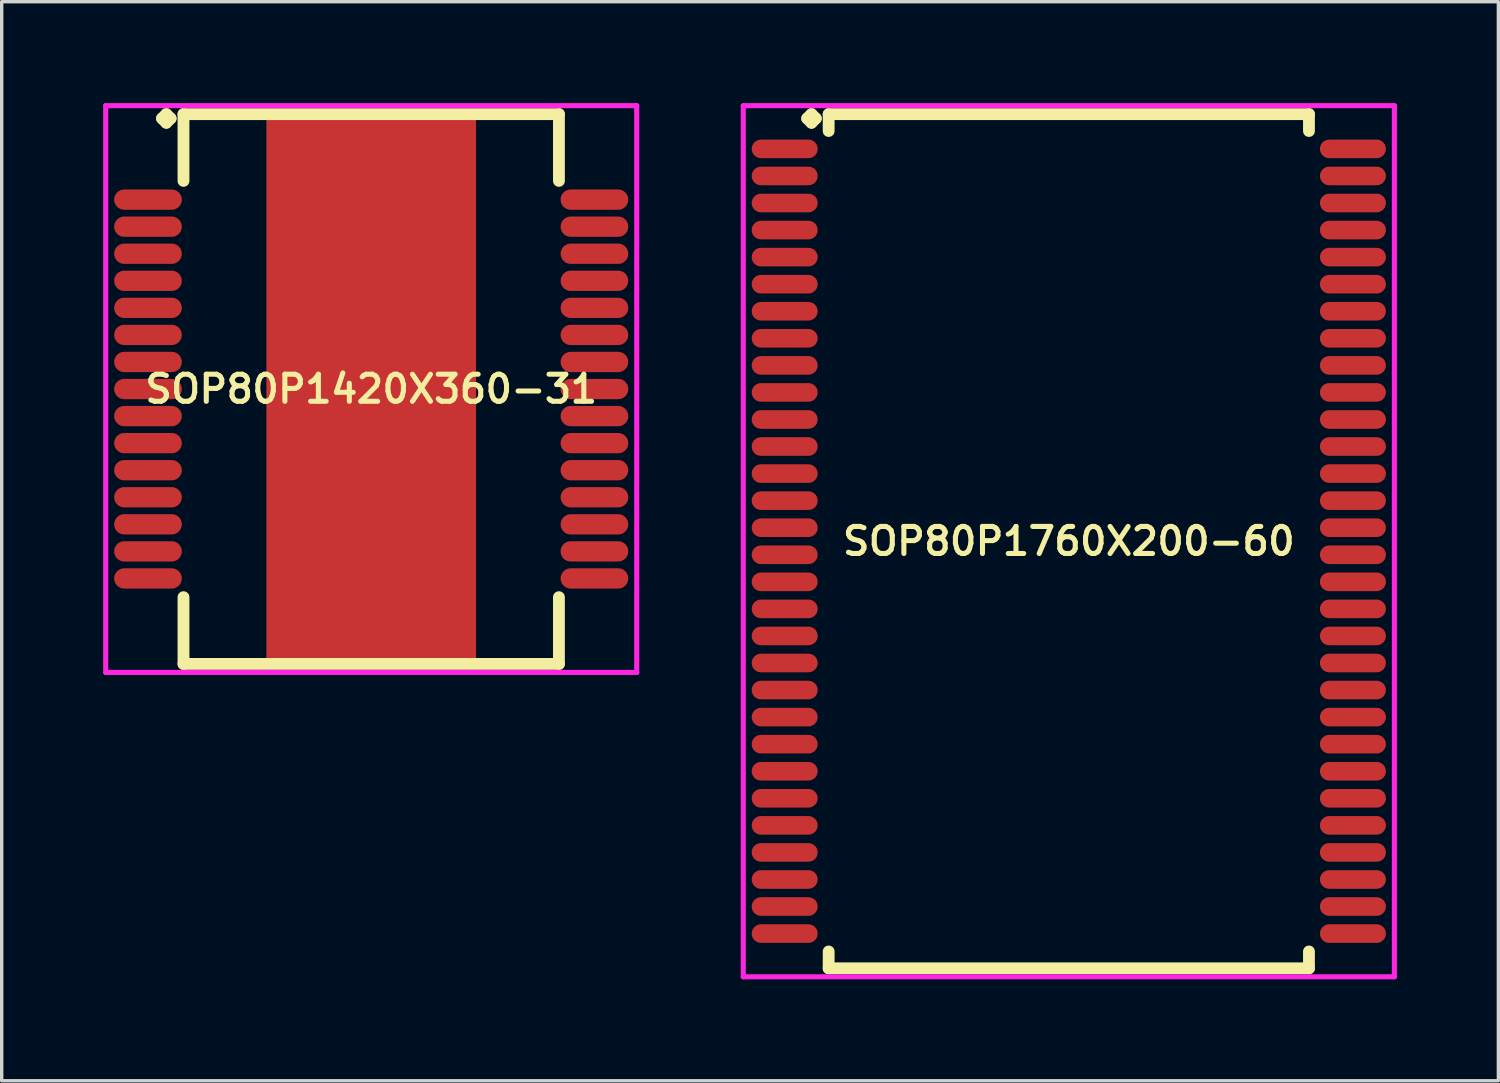
<source format=kicad_pcb>
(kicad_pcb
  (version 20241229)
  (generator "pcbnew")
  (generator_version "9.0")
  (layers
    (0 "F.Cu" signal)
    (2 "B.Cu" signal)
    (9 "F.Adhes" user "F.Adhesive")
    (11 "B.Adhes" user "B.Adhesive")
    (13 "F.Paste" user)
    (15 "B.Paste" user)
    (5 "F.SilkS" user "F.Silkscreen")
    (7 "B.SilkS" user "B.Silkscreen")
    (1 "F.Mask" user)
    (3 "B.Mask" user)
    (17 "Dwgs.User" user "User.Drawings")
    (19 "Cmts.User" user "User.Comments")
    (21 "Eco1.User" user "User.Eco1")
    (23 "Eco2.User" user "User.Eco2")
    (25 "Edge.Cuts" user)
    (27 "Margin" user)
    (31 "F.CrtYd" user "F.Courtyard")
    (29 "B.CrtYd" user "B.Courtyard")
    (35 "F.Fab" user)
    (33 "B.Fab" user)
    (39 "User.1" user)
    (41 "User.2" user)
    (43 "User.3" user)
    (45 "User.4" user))
  (footprint "SOP80P1760X200-60"
    (layer "F.Cu")
    (at 28.55 12.952)
    (property "Reference" "SOP80P1760X200-60" (at 0 0 0) (layer "F.SilkS") (effects (font (size 0.8 0.8) (thickness 0.15))))
    (attr smd)
    (fp_line (start -7.735 -12.5) (end -7.608 -12.627) (stroke (width 0.35) (type solid)) (layer "F.SilkS"))
    (fp_line (start -7.608 -12.627) (end -7.481 -12.5) (stroke (width 0.35) (type solid)) (layer "F.SilkS"))
    (fp_line (start -7.608 -12.373) (end -7.735 -12.5) (stroke (width 0.35) (type solid)) (layer "F.SilkS"))
    (fp_line (start -7.481 -12.5) (end -7.608 -12.373) (stroke (width 0.35) (type solid)) (layer "F.SilkS"))
    (fp_line (start -7.1 -12.627) (end 7.1 -12.627) (stroke (width 0.35) (type solid)) (layer "F.SilkS"))
    (fp_line (start -7.1 -12.129) (end -7.1 -12.627) (stroke (width 0.35) (type solid)) (layer "F.SilkS"))
    (fp_line (start -7.1 12.129) (end -7.1 12.627) (stroke (width 0.35) (type solid)) (layer "F.SilkS"))
    (fp_line (start -7.1 12.627) (end 7.1 12.627) (stroke (width 0.35) (type solid)) (layer "F.SilkS"))
    (fp_line (start 7.1 -12.627) (end 7.1 -12.129) (stroke (width 0.35) (type solid)) (layer "F.SilkS"))
    (fp_line (start 7.1 12.627) (end 7.1 12.129) (stroke (width 0.35) (type solid)) (layer "F.SilkS"))
    (fp_line (start -9.625 -12.877) (end 9.625 -12.877) (stroke (width 0.15) (type solid)) (layer "F.CrtYd"))
    (fp_line (start -9.625 12.877) (end -9.625 -12.877) (stroke (width 0.15) (type solid)) (layer "F.CrtYd"))
    (fp_line (start 9.625 -12.877) (end 9.625 12.877) (stroke (width 0.15) (type solid)) (layer "F.CrtYd"))
    (fp_line (start 9.625 12.877) (end -9.625 12.877) (stroke (width 0.15) (type solid)) (layer "F.CrtYd"))
    (pad "1" smd oval (at -8.4 -11.6) (size 1.95 0.55) (layers "F.Cu" "F.Mask" "F.Paste"))
    (pad "2" smd oval (at -8.4 -10.8) (size 1.95 0.55) (layers "F.Cu" "F.Mask" "F.Paste"))
    (pad "3" smd oval (at -8.4 -10) (size 1.95 0.55) (layers "F.Cu" "F.Mask" "F.Paste"))
    (pad "4" smd oval (at -8.4 -9.2) (size 1.95 0.55) (layers "F.Cu" "F.Mask" "F.Paste"))
    (pad "5" smd oval (at -8.4 -8.4) (size 1.95 0.55) (layers "F.Cu" "F.Mask" "F.Paste"))
    (pad "6" smd oval (at -8.4 -7.6) (size 1.95 0.55) (layers "F.Cu" "F.Mask" "F.Paste"))
    (pad "7" smd oval (at -8.4 -6.8) (size 1.95 0.55) (layers "F.Cu" "F.Mask" "F.Paste"))
    (pad "8" smd oval (at -8.4 -6) (size 1.95 0.55) (layers "F.Cu" "F.Mask" "F.Paste"))
    (pad "9" smd oval (at -8.4 -5.2) (size 1.95 0.55) (layers "F.Cu" "F.Mask" "F.Paste"))
    (pad "10" smd oval (at -8.4 -4.4) (size 1.95 0.55) (layers "F.Cu" "F.Mask" "F.Paste"))
    (pad "11" smd oval (at -8.4 -3.6) (size 1.95 0.55) (layers "F.Cu" "F.Mask" "F.Paste"))
    (pad "12" smd oval (at -8.4 -2.8) (size 1.95 0.55) (layers "F.Cu" "F.Mask" "F.Paste"))
    (pad "13" smd oval (at -8.4 -2) (size 1.95 0.55) (layers "F.Cu" "F.Mask" "F.Paste"))
    (pad "14" smd oval (at -8.4 -1.2) (size 1.95 0.55) (layers "F.Cu" "F.Mask" "F.Paste"))
    (pad "15" smd oval (at -8.4 -0.4) (size 1.95 0.55) (layers "F.Cu" "F.Mask" "F.Paste"))
    (pad "16" smd oval (at -8.4 0.4) (size 1.95 0.55) (layers "F.Cu" "F.Mask" "F.Paste"))
    (pad "17" smd oval (at -8.4 1.2) (size 1.95 0.55) (layers "F.Cu" "F.Mask" "F.Paste"))
    (pad "18" smd oval (at -8.4 2) (size 1.95 0.55) (layers "F.Cu" "F.Mask" "F.Paste"))
    (pad "19" smd oval (at -8.4 2.8) (size 1.95 0.55) (layers "F.Cu" "F.Mask" "F.Paste"))
    (pad "20" smd oval (at -8.4 3.6) (size 1.95 0.55) (layers "F.Cu" "F.Mask" "F.Paste"))
    (pad "21" smd oval (at -8.4 4.4) (size 1.95 0.55) (layers "F.Cu" "F.Mask" "F.Paste"))
    (pad "22" smd oval (at -8.4 5.2) (size 1.95 0.55) (layers "F.Cu" "F.Mask" "F.Paste"))
    (pad "23" smd oval (at -8.4 6) (size 1.95 0.55) (layers "F.Cu" "F.Mask" "F.Paste"))
    (pad "24" smd oval (at -8.4 6.8) (size 1.95 0.55) (layers "F.Cu" "F.Mask" "F.Paste"))
    (pad "25" smd oval (at -8.4 7.6) (size 1.95 0.55) (layers "F.Cu" "F.Mask" "F.Paste"))
    (pad "26" smd oval (at -8.4 8.4) (size 1.95 0.55) (layers "F.Cu" "F.Mask" "F.Paste"))
    (pad "27" smd oval (at -8.4 9.2) (size 1.95 0.55) (layers "F.Cu" "F.Mask" "F.Paste"))
    (pad "28" smd oval (at -8.4 10) (size 1.95 0.55) (layers "F.Cu" "F.Mask" "F.Paste"))
    (pad "29" smd oval (at -8.4 10.8) (size 1.95 0.55) (layers "F.Cu" "F.Mask" "F.Paste"))
    (pad "30" smd oval (at -8.4 11.6) (size 1.95 0.55) (layers "F.Cu" "F.Mask" "F.Paste"))
    (pad "31" smd oval (at 8.4 11.6) (size 1.95 0.55) (layers "F.Cu" "F.Mask" "F.Paste"))
    (pad "32" smd oval (at 8.4 10.8) (size 1.95 0.55) (layers "F.Cu" "F.Mask" "F.Paste"))
    (pad "33" smd oval (at 8.4 10) (size 1.95 0.55) (layers "F.Cu" "F.Mask" "F.Paste"))
    (pad "34" smd oval (at 8.4 9.2) (size 1.95 0.55) (layers "F.Cu" "F.Mask" "F.Paste"))
    (pad "35" smd oval (at 8.4 8.4) (size 1.95 0.55) (layers "F.Cu" "F.Mask" "F.Paste"))
    (pad "36" smd oval (at 8.4 7.6) (size 1.95 0.55) (layers "F.Cu" "F.Mask" "F.Paste"))
    (pad "37" smd oval (at 8.4 6.8) (size 1.95 0.55) (layers "F.Cu" "F.Mask" "F.Paste"))
    (pad "38" smd oval (at 8.4 6) (size 1.95 0.55) (layers "F.Cu" "F.Mask" "F.Paste"))
    (pad "39" smd oval (at 8.4 5.2) (size 1.95 0.55) (layers "F.Cu" "F.Mask" "F.Paste"))
    (pad "40" smd oval (at 8.4 4.4) (size 1.95 0.55) (layers "F.Cu" "F.Mask" "F.Paste"))
    (pad "41" smd oval (at 8.4 3.6) (size 1.95 0.55) (layers "F.Cu" "F.Mask" "F.Paste"))
    (pad "42" smd oval (at 8.4 2.8) (size 1.95 0.55) (layers "F.Cu" "F.Mask" "F.Paste"))
    (pad "43" smd oval (at 8.4 2) (size 1.95 0.55) (layers "F.Cu" "F.Mask" "F.Paste"))
    (pad "44" smd oval (at 8.4 1.2) (size 1.95 0.55) (layers "F.Cu" "F.Mask" "F.Paste"))
    (pad "45" smd oval (at 8.4 0.4) (size 1.95 0.55) (layers "F.Cu" "F.Mask" "F.Paste"))
    (pad "46" smd oval (at 8.4 -0.4) (size 1.95 0.55) (layers "F.Cu" "F.Mask" "F.Paste"))
    (pad "47" smd oval (at 8.4 -1.2) (size 1.95 0.55) (layers "F.Cu" "F.Mask" "F.Paste"))
    (pad "48" smd oval (at 8.4 -2) (size 1.95 0.55) (layers "F.Cu" "F.Mask" "F.Paste"))
    (pad "49" smd oval (at 8.4 -2.8) (size 1.95 0.55) (layers "F.Cu" "F.Mask" "F.Paste"))
    (pad "50" smd oval (at 8.4 -3.6) (size 1.95 0.55) (layers "F.Cu" "F.Mask" "F.Paste"))
    (pad "51" smd oval (at 8.4 -4.4) (size 1.95 0.55) (layers "F.Cu" "F.Mask" "F.Paste"))
    (pad "52" smd oval (at 8.4 -5.2) (size 1.95 0.55) (layers "F.Cu" "F.Mask" "F.Paste"))
    (pad "53" smd oval (at 8.4 -6) (size 1.95 0.55) (layers "F.Cu" "F.Mask" "F.Paste"))
    (pad "54" smd oval (at 8.4 -6.8) (size 1.95 0.55) (layers "F.Cu" "F.Mask" "F.Paste"))
    (pad "55" smd oval (at 8.4 -7.6) (size 1.95 0.55) (layers "F.Cu" "F.Mask" "F.Paste"))
    (pad "56" smd oval (at 8.4 -8.4) (size 1.95 0.55) (layers "F.Cu" "F.Mask" "F.Paste"))
    (pad "57" smd oval (at 8.4 -9.2) (size 1.95 0.55) (layers "F.Cu" "F.Mask" "F.Paste"))
    (pad "58" smd oval (at 8.4 -10) (size 1.95 0.55) (layers "F.Cu" "F.Mask" "F.Paste"))
    (pad "59" smd oval (at 8.4 -10.8) (size 1.95 0.55) (layers "F.Cu" "F.Mask" "F.Paste"))
    (pad "60" smd oval (at 8.4 -11.6) (size 1.95 0.55) (layers "F.Cu" "F.Mask" "F.Paste")))
  (footprint "SOP80P1420X360-31"
    (layer "F.Cu")
    (at 7.925 8.452)
    (property "Reference" "SOP80P1420X360-31" (at 0 0 0) (layer "F.SilkS") (effects (font (size 0.8 0.8) (thickness 0.15))))
    (attr smd)
    (fp_line (start -6.185 -8) (end -6.058 -8.127) (stroke (width 0.35) (type solid)) (layer "F.SilkS"))
    (fp_line (start -6.058 -8.127) (end -5.931 -8) (stroke (width 0.35) (type solid)) (layer "F.SilkS"))
    (fp_line (start -6.058 -7.873) (end -6.185 -8) (stroke (width 0.35) (type solid)) (layer "F.SilkS"))
    (fp_line (start -5.931 -8) (end -6.058 -7.873) (stroke (width 0.35) (type solid)) (layer "F.SilkS"))
    (fp_line (start -5.55 -8.127) (end 5.55 -8.127) (stroke (width 0.35) (type solid)) (layer "F.SilkS"))
    (fp_line (start -5.55 -6.154) (end -5.55 -8.127) (stroke (width 0.35) (type solid)) (layer "F.SilkS"))
    (fp_line (start -5.55 6.154) (end -5.55 8.127) (stroke (width 0.35) (type solid)) (layer "F.SilkS"))
    (fp_line (start -5.55 8.127) (end 5.55 8.127) (stroke (width 0.35) (type solid)) (layer "F.SilkS"))
    (fp_line (start 5.55 -8.127) (end 5.55 -6.154) (stroke (width 0.35) (type solid)) (layer "F.SilkS"))
    (fp_line (start 5.55 8.127) (end 5.55 6.154) (stroke (width 0.35) (type solid)) (layer "F.SilkS"))
    (fp_line (start -7.85 -8.377) (end 7.85 -8.377) (stroke (width 0.15) (type solid)) (layer "F.CrtYd"))
    (fp_line (start -7.85 8.377) (end -7.85 -8.377) (stroke (width 0.15) (type solid)) (layer "F.CrtYd"))
    (fp_line (start 7.85 -8.377) (end 7.85 8.377) (stroke (width 0.15) (type solid)) (layer "F.CrtYd"))
    (fp_line (start 7.85 8.377) (end -7.85 8.377) (stroke (width 0.15) (type solid)) (layer "F.CrtYd"))
    (pad "1" smd oval (at -6.6 -5.6) (size 2 0.6) (layers "F.Cu" "F.Mask" "F.Paste"))
    (pad "2" smd oval (at -6.6 -4.8) (size 2 0.6) (layers "F.Cu" "F.Mask" "F.Paste"))
    (pad "3" smd oval (at -6.6 -4) (size 2 0.6) (layers "F.Cu" "F.Mask" "F.Paste"))
    (pad "4" smd oval (at -6.6 -3.2) (size 2 0.6) (layers "F.Cu" "F.Mask" "F.Paste"))
    (pad "5" smd oval (at -6.6 -2.4) (size 2 0.6) (layers "F.Cu" "F.Mask" "F.Paste"))
    (pad "6" smd oval (at -6.6 -1.6) (size 2 0.6) (layers "F.Cu" "F.Mask" "F.Paste"))
    (pad "7" smd oval (at -6.6 -0.8) (size 2 0.6) (layers "F.Cu" "F.Mask" "F.Paste"))
    (pad "8" smd oval (at -6.6 0) (size 2 0.6) (layers "F.Cu" "F.Mask" "F.Paste"))
    (pad "9" smd oval (at -6.6 0.8) (size 2 0.6) (layers "F.Cu" "F.Mask" "F.Paste"))
    (pad "10" smd oval (at -6.6 1.6) (size 2 0.6) (layers "F.Cu" "F.Mask" "F.Paste"))
    (pad "11" smd oval (at -6.6 2.4) (size 2 0.6) (layers "F.Cu" "F.Mask" "F.Paste"))
    (pad "12" smd oval (at -6.6 3.2) (size 2 0.6) (layers "F.Cu" "F.Mask" "F.Paste"))
    (pad "13" smd oval (at -6.6 4) (size 2 0.6) (layers "F.Cu" "F.Mask" "F.Paste"))
    (pad "14" smd oval (at -6.6 4.8) (size 2 0.6) (layers "F.Cu" "F.Mask" "F.Paste"))
    (pad "15" smd oval (at -6.6 5.6) (size 2 0.6) (layers "F.Cu" "F.Mask" "F.Paste"))
    (pad "16" smd oval (at 6.6 5.6) (size 2 0.6) (layers "F.Cu" "F.Mask" "F.Paste"))
    (pad "17" smd oval (at 6.6 4.8) (size 2 0.6) (layers "F.Cu" "F.Mask" "F.Paste"))
    (pad "18" smd oval (at 6.6 4) (size 2 0.6) (layers "F.Cu" "F.Mask" "F.Paste"))
    (pad "19" smd oval (at 6.6 3.2) (size 2 0.6) (layers "F.Cu" "F.Mask" "F.Paste"))
    (pad "20" smd oval (at 6.6 2.4) (size 2 0.6) (layers "F.Cu" "F.Mask" "F.Paste"))
    (pad "21" smd oval (at 6.6 1.6) (size 2 0.6) (layers "F.Cu" "F.Mask" "F.Paste"))
    (pad "22" smd oval (at 6.6 0.8) (size 2 0.6) (layers "F.Cu" "F.Mask" "F.Paste"))
    (pad "23" smd oval (at 6.6 0) (size 2 0.6) (layers "F.Cu" "F.Mask" "F.Paste"))
    (pad "24" smd oval (at 6.6 -0.8) (size 2 0.6) (layers "F.Cu" "F.Mask" "F.Paste"))
    (pad "25" smd oval (at 6.6 -1.6) (size 2 0.6) (layers "F.Cu" "F.Mask" "F.Paste"))
    (pad "26" smd oval (at 6.6 -2.4) (size 2 0.6) (layers "F.Cu" "F.Mask" "F.Paste"))
    (pad "27" smd oval (at 6.6 -3.2) (size 2 0.6) (layers "F.Cu" "F.Mask" "F.Paste"))
    (pad "28" smd oval (at 6.6 -4) (size 2 0.6) (layers "F.Cu" "F.Mask" "F.Paste"))
    (pad "29" smd oval (at 6.6 -4.8) (size 2 0.6) (layers "F.Cu" "F.Mask" "F.Paste"))
    (pad "30" smd oval (at 6.6 -5.6) (size 2 0.6) (layers "F.Cu" "F.Mask" "F.Paste"))
    (pad "31" smd rect (at 0 0) (size 6.2 16) (layers "F.Cu" "F.Mask" "F.Paste")))
  (gr_rect
    (start -3 -3)
    (end 41.25 28.904)
    (stroke (width 0.1) (type default))
    (fill no)
    (layer "Edge.Cuts")))
</source>
